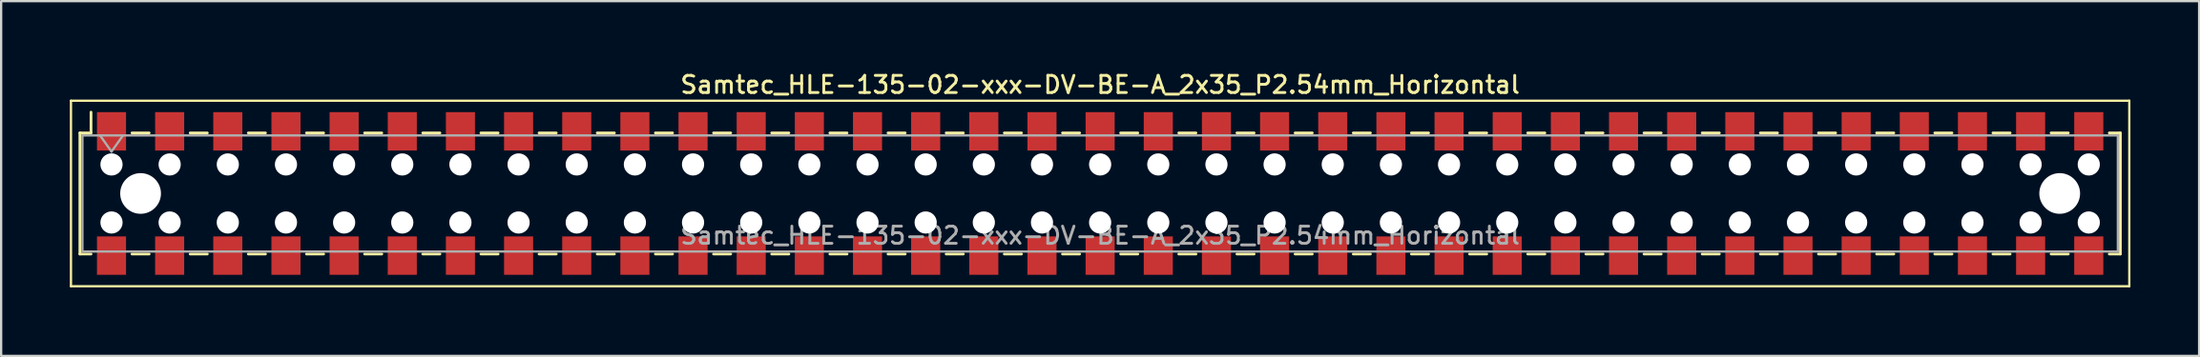
<source format=kicad_pcb>
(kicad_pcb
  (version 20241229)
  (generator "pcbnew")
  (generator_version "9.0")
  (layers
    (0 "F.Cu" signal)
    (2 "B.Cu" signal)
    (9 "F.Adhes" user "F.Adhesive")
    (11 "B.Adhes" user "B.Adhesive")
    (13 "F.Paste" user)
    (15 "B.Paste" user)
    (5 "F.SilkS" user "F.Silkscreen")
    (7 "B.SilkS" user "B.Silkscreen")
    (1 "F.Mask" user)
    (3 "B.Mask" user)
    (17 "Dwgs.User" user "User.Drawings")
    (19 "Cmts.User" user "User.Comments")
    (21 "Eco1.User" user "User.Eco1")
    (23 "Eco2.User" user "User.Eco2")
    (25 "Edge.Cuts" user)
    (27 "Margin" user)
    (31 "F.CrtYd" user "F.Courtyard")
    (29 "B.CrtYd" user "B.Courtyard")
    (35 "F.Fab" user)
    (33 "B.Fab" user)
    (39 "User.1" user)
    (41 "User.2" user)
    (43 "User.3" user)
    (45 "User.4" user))
  (footprint "Samtec_HLE-135-02-xxx-DV-BE-A_2x35_P2.54mm_Horizontal"
    (layer "F.Cu")
    (at 45 5.418)
    (property "Reference" "Samtec_HLE-135-02-xxx-DV-BE-A_2x35_P2.54mm_Horizontal" (at 0 -4.76 0) (layer "F.SilkS") (effects (font (size 0.75 0.75) (thickness 0.125))))
    (attr smd)
    (fp_line (start -44.95 -4.06) (end 44.95 -4.06) (stroke (width 0.1) (type solid)) (layer "F.SilkS"))
    (fp_line (start -44.95 4.06) (end -44.95 -4.06) (stroke (width 0.1) (type solid)) (layer "F.SilkS"))
    (fp_line (start -44.56 -2.65) (end -44.56 2.65) (stroke (width 0.12) (type solid)) (layer "F.SilkS"))
    (fp_line (start -44.56 2.65) (end -44.075 2.65) (stroke (width 0.12) (type solid)) (layer "F.SilkS"))
    (fp_line (start -44.075 -3.56) (end -44.075 -2.65) (stroke (width 0.12) (type solid)) (layer "F.SilkS"))
    (fp_line (start -44.075 -2.65) (end -44.56 -2.65) (stroke (width 0.12) (type solid)) (layer "F.SilkS"))
    (fp_line (start -42.285 -2.65) (end -41.535 -2.65) (stroke (width 0.12) (type solid)) (layer "F.SilkS"))
    (fp_line (start -42.285 2.65) (end -41.535 2.65) (stroke (width 0.12) (type solid)) (layer "F.SilkS"))
    (fp_line (start -39.745 -2.65) (end -38.995 -2.65) (stroke (width 0.12) (type solid)) (layer "F.SilkS"))
    (fp_line (start -39.745 2.65) (end -38.995 2.65) (stroke (width 0.12) (type solid)) (layer "F.SilkS"))
    (fp_line (start -37.205 -2.65) (end -36.455 -2.65) (stroke (width 0.12) (type solid)) (layer "F.SilkS"))
    (fp_line (start -37.205 2.65) (end -36.455 2.65) (stroke (width 0.12) (type solid)) (layer "F.SilkS"))
    (fp_line (start -34.665 -2.65) (end -33.915 -2.65) (stroke (width 0.12) (type solid)) (layer "F.SilkS"))
    (fp_line (start -34.665 2.65) (end -33.915 2.65) (stroke (width 0.12) (type solid)) (layer "F.SilkS"))
    (fp_line (start -32.125 -2.65) (end -31.375 -2.65) (stroke (width 0.12) (type solid)) (layer "F.SilkS"))
    (fp_line (start -32.125 2.65) (end -31.375 2.65) (stroke (width 0.12) (type solid)) (layer "F.SilkS"))
    (fp_line (start -29.585 -2.65) (end -28.835 -2.65) (stroke (width 0.12) (type solid)) (layer "F.SilkS"))
    (fp_line (start -29.585 2.65) (end -28.835 2.65) (stroke (width 0.12) (type solid)) (layer "F.SilkS"))
    (fp_line (start -27.045 -2.65) (end -26.295 -2.65) (stroke (width 0.12) (type solid)) (layer "F.SilkS"))
    (fp_line (start -27.045 2.65) (end -26.295 2.65) (stroke (width 0.12) (type solid)) (layer "F.SilkS"))
    (fp_line (start -24.505 -2.65) (end -23.755 -2.65) (stroke (width 0.12) (type solid)) (layer "F.SilkS"))
    (fp_line (start -24.505 2.65) (end -23.755 2.65) (stroke (width 0.12) (type solid)) (layer "F.SilkS"))
    (fp_line (start -21.965 -2.65) (end -21.215 -2.65) (stroke (width 0.12) (type solid)) (layer "F.SilkS"))
    (fp_line (start -21.965 2.65) (end -21.215 2.65) (stroke (width 0.12) (type solid)) (layer "F.SilkS"))
    (fp_line (start -19.425 -2.65) (end -18.675 -2.65) (stroke (width 0.12) (type solid)) (layer "F.SilkS"))
    (fp_line (start -19.425 2.65) (end -18.675 2.65) (stroke (width 0.12) (type solid)) (layer "F.SilkS"))
    (fp_line (start -16.885 -2.65) (end -16.135 -2.65) (stroke (width 0.12) (type solid)) (layer "F.SilkS"))
    (fp_line (start -16.885 2.65) (end -16.135 2.65) (stroke (width 0.12) (type solid)) (layer "F.SilkS"))
    (fp_line (start -14.345 -2.65) (end -13.595 -2.65) (stroke (width 0.12) (type solid)) (layer "F.SilkS"))
    (fp_line (start -14.345 2.65) (end -13.595 2.65) (stroke (width 0.12) (type solid)) (layer "F.SilkS"))
    (fp_line (start -11.805 -2.65) (end -11.055 -2.65) (stroke (width 0.12) (type solid)) (layer "F.SilkS"))
    (fp_line (start -11.805 2.65) (end -11.055 2.65) (stroke (width 0.12) (type solid)) (layer "F.SilkS"))
    (fp_line (start -9.265 -2.65) (end -8.515 -2.65) (stroke (width 0.12) (type solid)) (layer "F.SilkS"))
    (fp_line (start -9.265 2.65) (end -8.515 2.65) (stroke (width 0.12) (type solid)) (layer "F.SilkS"))
    (fp_line (start -6.725 -2.65) (end -5.975 -2.65) (stroke (width 0.12) (type solid)) (layer "F.SilkS"))
    (fp_line (start -6.725 2.65) (end -5.975 2.65) (stroke (width 0.12) (type solid)) (layer "F.SilkS"))
    (fp_line (start -4.185 -2.65) (end -3.435 -2.65) (stroke (width 0.12) (type solid)) (layer "F.SilkS"))
    (fp_line (start -4.185 2.65) (end -3.435 2.65) (stroke (width 0.12) (type solid)) (layer "F.SilkS"))
    (fp_line (start -1.645 -2.65) (end -0.895 -2.65) (stroke (width 0.12) (type solid)) (layer "F.SilkS"))
    (fp_line (start -1.645 2.65) (end -0.895 2.65) (stroke (width 0.12) (type solid)) (layer "F.SilkS"))
    (fp_line (start 0.895 -2.65) (end 1.645 -2.65) (stroke (width 0.12) (type solid)) (layer "F.SilkS"))
    (fp_line (start 0.895 2.65) (end 1.645 2.65) (stroke (width 0.12) (type solid)) (layer "F.SilkS"))
    (fp_line (start 3.435 -2.65) (end 4.185 -2.65) (stroke (width 0.12) (type solid)) (layer "F.SilkS"))
    (fp_line (start 3.435 2.65) (end 4.185 2.65) (stroke (width 0.12) (type solid)) (layer "F.SilkS"))
    (fp_line (start 5.975 -2.65) (end 6.725 -2.65) (stroke (width 0.12) (type solid)) (layer "F.SilkS"))
    (fp_line (start 5.975 2.65) (end 6.725 2.65) (stroke (width 0.12) (type solid)) (layer "F.SilkS"))
    (fp_line (start 8.515 -2.65) (end 9.265 -2.65) (stroke (width 0.12) (type solid)) (layer "F.SilkS"))
    (fp_line (start 8.515 2.65) (end 9.265 2.65) (stroke (width 0.12) (type solid)) (layer "F.SilkS"))
    (fp_line (start 11.055 -2.65) (end 11.805 -2.65) (stroke (width 0.12) (type solid)) (layer "F.SilkS"))
    (fp_line (start 11.055 2.65) (end 11.805 2.65) (stroke (width 0.12) (type solid)) (layer "F.SilkS"))
    (fp_line (start 13.595 -2.65) (end 14.345 -2.65) (stroke (width 0.12) (type solid)) (layer "F.SilkS"))
    (fp_line (start 13.595 2.65) (end 14.345 2.65) (stroke (width 0.12) (type solid)) (layer "F.SilkS"))
    (fp_line (start 16.135 -2.65) (end 16.885 -2.65) (stroke (width 0.12) (type solid)) (layer "F.SilkS"))
    (fp_line (start 16.135 2.65) (end 16.885 2.65) (stroke (width 0.12) (type solid)) (layer "F.SilkS"))
    (fp_line (start 18.675 -2.65) (end 19.425 -2.65) (stroke (width 0.12) (type solid)) (layer "F.SilkS"))
    (fp_line (start 18.675 2.65) (end 19.425 2.65) (stroke (width 0.12) (type solid)) (layer "F.SilkS"))
    (fp_line (start 21.215 -2.65) (end 21.965 -2.65) (stroke (width 0.12) (type solid)) (layer "F.SilkS"))
    (fp_line (start 21.215 2.65) (end 21.965 2.65) (stroke (width 0.12) (type solid)) (layer "F.SilkS"))
    (fp_line (start 23.755 -2.65) (end 24.505 -2.65) (stroke (width 0.12) (type solid)) (layer "F.SilkS"))
    (fp_line (start 23.755 2.65) (end 24.505 2.65) (stroke (width 0.12) (type solid)) (layer "F.SilkS"))
    (fp_line (start 26.295 -2.65) (end 27.045 -2.65) (stroke (width 0.12) (type solid)) (layer "F.SilkS"))
    (fp_line (start 26.295 2.65) (end 27.045 2.65) (stroke (width 0.12) (type solid)) (layer "F.SilkS"))
    (fp_line (start 28.835 -2.65) (end 29.585 -2.65) (stroke (width 0.12) (type solid)) (layer "F.SilkS"))
    (fp_line (start 28.835 2.65) (end 29.585 2.65) (stroke (width 0.12) (type solid)) (layer "F.SilkS"))
    (fp_line (start 31.375 -2.65) (end 32.125 -2.65) (stroke (width 0.12) (type solid)) (layer "F.SilkS"))
    (fp_line (start 31.375 2.65) (end 32.125 2.65) (stroke (width 0.12) (type solid)) (layer "F.SilkS"))
    (fp_line (start 33.915 -2.65) (end 34.665 -2.65) (stroke (width 0.12) (type solid)) (layer "F.SilkS"))
    (fp_line (start 33.915 2.65) (end 34.665 2.65) (stroke (width 0.12) (type solid)) (layer "F.SilkS"))
    (fp_line (start 36.455 -2.65) (end 37.205 -2.65) (stroke (width 0.12) (type solid)) (layer "F.SilkS"))
    (fp_line (start 36.455 2.65) (end 37.205 2.65) (stroke (width 0.12) (type solid)) (layer "F.SilkS"))
    (fp_line (start 38.995 -2.65) (end 39.745 -2.65) (stroke (width 0.12) (type solid)) (layer "F.SilkS"))
    (fp_line (start 38.995 2.65) (end 39.745 2.65) (stroke (width 0.12) (type solid)) (layer "F.SilkS"))
    (fp_line (start 41.535 -2.65) (end 42.285 -2.65) (stroke (width 0.12) (type solid)) (layer "F.SilkS"))
    (fp_line (start 41.535 2.65) (end 42.285 2.65) (stroke (width 0.12) (type solid)) (layer "F.SilkS"))
    (fp_line (start 44.075 -2.65) (end 44.56 -2.65) (stroke (width 0.12) (type solid)) (layer "F.SilkS"))
    (fp_line (start 44.56 -2.65) (end 44.56 2.65) (stroke (width 0.12) (type solid)) (layer "F.SilkS"))
    (fp_line (start 44.56 2.65) (end 44.075 2.65) (stroke (width 0.12) (type solid)) (layer "F.SilkS"))
    (fp_line (start 44.95 -4.06) (end 44.95 4.06) (stroke (width 0.1) (type solid)) (layer "F.SilkS"))
    (fp_line (start 44.95 4.06) (end -44.95 4.06) (stroke (width 0.1) (type solid)) (layer "F.SilkS"))
    (fp_line (start -44.45 -2.54) (end 44.45 -2.54) (stroke (width 0.1) (type solid)) (layer "F.Fab"))
    (fp_line (start -44.45 2.54) (end -44.45 -2.54) (stroke (width 0.1) (type solid)) (layer "F.Fab"))
    (fp_line (start -43.68 -2.54) (end -43.18 -1.833) (stroke (width 0.1) (type solid)) (layer "F.Fab"))
    (fp_line (start -43.18 -1.833) (end -42.68 -2.54) (stroke (width 0.1) (type solid)) (layer "F.Fab"))
    (fp_line (start 44.45 -2.54) (end 44.45 2.54) (stroke (width 0.1) (type solid)) (layer "F.Fab"))
    (fp_line (start 44.45 2.54) (end -44.45 2.54) (stroke (width 0.1) (type solid)) (layer "F.Fab"))
    (fp_text user "${REFERENCE}" (at 0 1.84 0) (layer "F.Fab") (effects (font (size 0.75 0.75) (thickness 0.125))))
    (pad "" np_thru_hole circle (at -43.18 -1.27) (size 0.97 0.97) (drill 0.97) (layers "*.Cu" "*.Mask"))
    (pad "" np_thru_hole circle (at -43.18 1.27) (size 0.97 0.97) (drill 0.97) (layers "*.Cu" "*.Mask"))
    (pad "" np_thru_hole circle (at -41.91 0) (size 1.78 1.78) (drill 1.78) (layers "*.Cu" "*.Mask"))
    (pad "" np_thru_hole circle (at -40.64 -1.27) (size 0.97 0.97) (drill 0.97) (layers "*.Cu" "*.Mask"))
    (pad "" np_thru_hole circle (at -40.64 1.27) (size 0.97 0.97) (drill 0.97) (layers "*.Cu" "*.Mask"))
    (pad "" np_thru_hole circle (at -38.1 -1.27) (size 0.97 0.97) (drill 0.97) (layers "*.Cu" "*.Mask"))
    (pad "" np_thru_hole circle (at -38.1 1.27) (size 0.97 0.97) (drill 0.97) (layers "*.Cu" "*.Mask"))
    (pad "" np_thru_hole circle (at -35.56 -1.27) (size 0.97 0.97) (drill 0.97) (layers "*.Cu" "*.Mask"))
    (pad "" np_thru_hole circle (at -35.56 1.27) (size 0.97 0.97) (drill 0.97) (layers "*.Cu" "*.Mask"))
    (pad "" np_thru_hole circle (at -33.02 -1.27) (size 0.97 0.97) (drill 0.97) (layers "*.Cu" "*.Mask"))
    (pad "" np_thru_hole circle (at -33.02 1.27) (size 0.97 0.97) (drill 0.97) (layers "*.Cu" "*.Mask"))
    (pad "" np_thru_hole circle (at -30.48 -1.27) (size 0.97 0.97) (drill 0.97) (layers "*.Cu" "*.Mask"))
    (pad "" np_thru_hole circle (at -30.48 1.27) (size 0.97 0.97) (drill 0.97) (layers "*.Cu" "*.Mask"))
    (pad "" np_thru_hole circle (at -27.94 -1.27) (size 0.97 0.97) (drill 0.97) (layers "*.Cu" "*.Mask"))
    (pad "" np_thru_hole circle (at -27.94 1.27) (size 0.97 0.97) (drill 0.97) (layers "*.Cu" "*.Mask"))
    (pad "" np_thru_hole circle (at -25.4 -1.27) (size 0.97 0.97) (drill 0.97) (layers "*.Cu" "*.Mask"))
    (pad "" np_thru_hole circle (at -25.4 1.27) (size 0.97 0.97) (drill 0.97) (layers "*.Cu" "*.Mask"))
    (pad "" np_thru_hole circle (at -22.86 -1.27) (size 0.97 0.97) (drill 0.97) (layers "*.Cu" "*.Mask"))
    (pad "" np_thru_hole circle (at -22.86 1.27) (size 0.97 0.97) (drill 0.97) (layers "*.Cu" "*.Mask"))
    (pad "" np_thru_hole circle (at -20.32 -1.27) (size 0.97 0.97) (drill 0.97) (layers "*.Cu" "*.Mask"))
    (pad "" np_thru_hole circle (at -20.32 1.27) (size 0.97 0.97) (drill 0.97) (layers "*.Cu" "*.Mask"))
    (pad "" np_thru_hole circle (at -17.78 -1.27) (size 0.97 0.97) (drill 0.97) (layers "*.Cu" "*.Mask"))
    (pad "" np_thru_hole circle (at -17.78 1.27) (size 0.97 0.97) (drill 0.97) (layers "*.Cu" "*.Mask"))
    (pad "" np_thru_hole circle (at -15.24 -1.27) (size 0.97 0.97) (drill 0.97) (layers "*.Cu" "*.Mask"))
    (pad "" np_thru_hole circle (at -15.24 1.27) (size 0.97 0.97) (drill 0.97) (layers "*.Cu" "*.Mask"))
    (pad "" np_thru_hole circle (at -12.7 -1.27) (size 0.97 0.97) (drill 0.97) (layers "*.Cu" "*.Mask"))
    (pad "" np_thru_hole circle (at -12.7 1.27) (size 0.97 0.97) (drill 0.97) (layers "*.Cu" "*.Mask"))
    (pad "" np_thru_hole circle (at -10.16 -1.27) (size 0.97 0.97) (drill 0.97) (layers "*.Cu" "*.Mask"))
    (pad "" np_thru_hole circle (at -10.16 1.27) (size 0.97 0.97) (drill 0.97) (layers "*.Cu" "*.Mask"))
    (pad "" np_thru_hole circle (at -7.62 -1.27) (size 0.97 0.97) (drill 0.97) (layers "*.Cu" "*.Mask"))
    (pad "" np_thru_hole circle (at -7.62 1.27) (size 0.97 0.97) (drill 0.97) (layers "*.Cu" "*.Mask"))
    (pad "" np_thru_hole circle (at -5.08 -1.27) (size 0.97 0.97) (drill 0.97) (layers "*.Cu" "*.Mask"))
    (pad "" np_thru_hole circle (at -5.08 1.27) (size 0.97 0.97) (drill 0.97) (layers "*.Cu" "*.Mask"))
    (pad "" np_thru_hole circle (at -2.54 -1.27) (size 0.97 0.97) (drill 0.97) (layers "*.Cu" "*.Mask"))
    (pad "" np_thru_hole circle (at -2.54 1.27) (size 0.97 0.97) (drill 0.97) (layers "*.Cu" "*.Mask"))
    (pad "" np_thru_hole circle (at 0 -1.27) (size 0.97 0.97) (drill 0.97) (layers "*.Cu" "*.Mask"))
    (pad "" np_thru_hole circle (at 0 1.27) (size 0.97 0.97) (drill 0.97) (layers "*.Cu" "*.Mask"))
    (pad "" np_thru_hole circle (at 2.54 -1.27) (size 0.97 0.97) (drill 0.97) (layers "*.Cu" "*.Mask"))
    (pad "" np_thru_hole circle (at 2.54 1.27) (size 0.97 0.97) (drill 0.97) (layers "*.Cu" "*.Mask"))
    (pad "" np_thru_hole circle (at 5.08 -1.27) (size 0.97 0.97) (drill 0.97) (layers "*.Cu" "*.Mask"))
    (pad "" np_thru_hole circle (at 5.08 1.27) (size 0.97 0.97) (drill 0.97) (layers "*.Cu" "*.Mask"))
    (pad "" np_thru_hole circle (at 7.62 -1.27) (size 0.97 0.97) (drill 0.97) (layers "*.Cu" "*.Mask"))
    (pad "" np_thru_hole circle (at 7.62 1.27) (size 0.97 0.97) (drill 0.97) (layers "*.Cu" "*.Mask"))
    (pad "" np_thru_hole circle (at 10.16 -1.27) (size 0.97 0.97) (drill 0.97) (layers "*.Cu" "*.Mask"))
    (pad "" np_thru_hole circle (at 10.16 1.27) (size 0.97 0.97) (drill 0.97) (layers "*.Cu" "*.Mask"))
    (pad "" np_thru_hole circle (at 12.7 -1.27) (size 0.97 0.97) (drill 0.97) (layers "*.Cu" "*.Mask"))
    (pad "" np_thru_hole circle (at 12.7 1.27) (size 0.97 0.97) (drill 0.97) (layers "*.Cu" "*.Mask"))
    (pad "" np_thru_hole circle (at 15.24 -1.27) (size 0.97 0.97) (drill 0.97) (layers "*.Cu" "*.Mask"))
    (pad "" np_thru_hole circle (at 15.24 1.27) (size 0.97 0.97) (drill 0.97) (layers "*.Cu" "*.Mask"))
    (pad "" np_thru_hole circle (at 17.78 -1.27) (size 0.97 0.97) (drill 0.97) (layers "*.Cu" "*.Mask"))
    (pad "" np_thru_hole circle (at 17.78 1.27) (size 0.97 0.97) (drill 0.97) (layers "*.Cu" "*.Mask"))
    (pad "" np_thru_hole circle (at 20.32 -1.27) (size 0.97 0.97) (drill 0.97) (layers "*.Cu" "*.Mask"))
    (pad "" np_thru_hole circle (at 20.32 1.27) (size 0.97 0.97) (drill 0.97) (layers "*.Cu" "*.Mask"))
    (pad "" np_thru_hole circle (at 22.86 -1.27) (size 0.97 0.97) (drill 0.97) (layers "*.Cu" "*.Mask"))
    (pad "" np_thru_hole circle (at 22.86 1.27) (size 0.97 0.97) (drill 0.97) (layers "*.Cu" "*.Mask"))
    (pad "" np_thru_hole circle (at 25.4 -1.27) (size 0.97 0.97) (drill 0.97) (layers "*.Cu" "*.Mask"))
    (pad "" np_thru_hole circle (at 25.4 1.27) (size 0.97 0.97) (drill 0.97) (layers "*.Cu" "*.Mask"))
    (pad "" np_thru_hole circle (at 27.94 -1.27) (size 0.97 0.97) (drill 0.97) (layers "*.Cu" "*.Mask"))
    (pad "" np_thru_hole circle (at 27.94 1.27) (size 0.97 0.97) (drill 0.97) (layers "*.Cu" "*.Mask"))
    (pad "" np_thru_hole circle (at 30.48 -1.27) (size 0.97 0.97) (drill 0.97) (layers "*.Cu" "*.Mask"))
    (pad "" np_thru_hole circle (at 30.48 1.27) (size 0.97 0.97) (drill 0.97) (layers "*.Cu" "*.Mask"))
    (pad "" np_thru_hole circle (at 33.02 -1.27) (size 0.97 0.97) (drill 0.97) (layers "*.Cu" "*.Mask"))
    (pad "" np_thru_hole circle (at 33.02 1.27) (size 0.97 0.97) (drill 0.97) (layers "*.Cu" "*.Mask"))
    (pad "" np_thru_hole circle (at 35.56 -1.27) (size 0.97 0.97) (drill 0.97) (layers "*.Cu" "*.Mask"))
    (pad "" np_thru_hole circle (at 35.56 1.27) (size 0.97 0.97) (drill 0.97) (layers "*.Cu" "*.Mask"))
    (pad "" np_thru_hole circle (at 38.1 -1.27) (size 0.97 0.97) (drill 0.97) (layers "*.Cu" "*.Mask"))
    (pad "" np_thru_hole circle (at 38.1 1.27) (size 0.97 0.97) (drill 0.97) (layers "*.Cu" "*.Mask"))
    (pad "" np_thru_hole circle (at 40.64 -1.27) (size 0.97 0.97) (drill 0.97) (layers "*.Cu" "*.Mask"))
    (pad "" np_thru_hole circle (at 40.64 1.27) (size 0.97 0.97) (drill 0.97) (layers "*.Cu" "*.Mask"))
    (pad "" np_thru_hole circle (at 41.91 0) (size 1.78 1.78) (drill 1.78) (layers "*.Cu" "*.Mask"))
    (pad "" np_thru_hole circle (at 43.18 -1.27) (size 0.97 0.97) (drill 0.97) (layers "*.Cu" "*.Mask"))
    (pad "" np_thru_hole circle (at 43.18 1.27) (size 0.97 0.97) (drill 0.97) (layers "*.Cu" "*.Mask"))
    (pad "1" smd rect (at -43.18 -2.72) (size 1.27 1.68) (layers "F.Cu" "F.Mask" "F.Paste"))
    (pad "2" smd rect (at -43.18 2.72) (size 1.27 1.68) (layers "F.Cu" "F.Mask" "F.Paste"))
    (pad "3" smd rect (at -40.64 -2.72) (size 1.27 1.68) (layers "F.Cu" "F.Mask" "F.Paste"))
    (pad "4" smd rect (at -40.64 2.72) (size 1.27 1.68) (layers "F.Cu" "F.Mask" "F.Paste"))
    (pad "5" smd rect (at -38.1 -2.72) (size 1.27 1.68) (layers "F.Cu" "F.Mask" "F.Paste"))
    (pad "6" smd rect (at -38.1 2.72) (size 1.27 1.68) (layers "F.Cu" "F.Mask" "F.Paste"))
    (pad "7" smd rect (at -35.56 -2.72) (size 1.27 1.68) (layers "F.Cu" "F.Mask" "F.Paste"))
    (pad "8" smd rect (at -35.56 2.72) (size 1.27 1.68) (layers "F.Cu" "F.Mask" "F.Paste"))
    (pad "9" smd rect (at -33.02 -2.72) (size 1.27 1.68) (layers "F.Cu" "F.Mask" "F.Paste"))
    (pad "10" smd rect (at -33.02 2.72) (size 1.27 1.68) (layers "F.Cu" "F.Mask" "F.Paste"))
    (pad "11" smd rect (at -30.48 -2.72) (size 1.27 1.68) (layers "F.Cu" "F.Mask" "F.Paste"))
    (pad "12" smd rect (at -30.48 2.72) (size 1.27 1.68) (layers "F.Cu" "F.Mask" "F.Paste"))
    (pad "13" smd rect (at -27.94 -2.72) (size 1.27 1.68) (layers "F.Cu" "F.Mask" "F.Paste"))
    (pad "14" smd rect (at -27.94 2.72) (size 1.27 1.68) (layers "F.Cu" "F.Mask" "F.Paste"))
    (pad "15" smd rect (at -25.4 -2.72) (size 1.27 1.68) (layers "F.Cu" "F.Mask" "F.Paste"))
    (pad "16" smd rect (at -25.4 2.72) (size 1.27 1.68) (layers "F.Cu" "F.Mask" "F.Paste"))
    (pad "17" smd rect (at -22.86 -2.72) (size 1.27 1.68) (layers "F.Cu" "F.Mask" "F.Paste"))
    (pad "18" smd rect (at -22.86 2.72) (size 1.27 1.68) (layers "F.Cu" "F.Mask" "F.Paste"))
    (pad "19" smd rect (at -20.32 -2.72) (size 1.27 1.68) (layers "F.Cu" "F.Mask" "F.Paste"))
    (pad "20" smd rect (at -20.32 2.72) (size 1.27 1.68) (layers "F.Cu" "F.Mask" "F.Paste"))
    (pad "21" smd rect (at -17.78 -2.72) (size 1.27 1.68) (layers "F.Cu" "F.Mask" "F.Paste"))
    (pad "22" smd rect (at -17.78 2.72) (size 1.27 1.68) (layers "F.Cu" "F.Mask" "F.Paste"))
    (pad "23" smd rect (at -15.24 -2.72) (size 1.27 1.68) (layers "F.Cu" "F.Mask" "F.Paste"))
    (pad "24" smd rect (at -15.24 2.72) (size 1.27 1.68) (layers "F.Cu" "F.Mask" "F.Paste"))
    (pad "25" smd rect (at -12.7 -2.72) (size 1.27 1.68) (layers "F.Cu" "F.Mask" "F.Paste"))
    (pad "26" smd rect (at -12.7 2.72) (size 1.27 1.68) (layers "F.Cu" "F.Mask" "F.Paste"))
    (pad "27" smd rect (at -10.16 -2.72) (size 1.27 1.68) (layers "F.Cu" "F.Mask" "F.Paste"))
    (pad "28" smd rect (at -10.16 2.72) (size 1.27 1.68) (layers "F.Cu" "F.Mask" "F.Paste"))
    (pad "29" smd rect (at -7.62 -2.72) (size 1.27 1.68) (layers "F.Cu" "F.Mask" "F.Paste"))
    (pad "30" smd rect (at -7.62 2.72) (size 1.27 1.68) (layers "F.Cu" "F.Mask" "F.Paste"))
    (pad "31" smd rect (at -5.08 -2.72) (size 1.27 1.68) (layers "F.Cu" "F.Mask" "F.Paste"))
    (pad "32" smd rect (at -5.08 2.72) (size 1.27 1.68) (layers "F.Cu" "F.Mask" "F.Paste"))
    (pad "33" smd rect (at -2.54 -2.72) (size 1.27 1.68) (layers "F.Cu" "F.Mask" "F.Paste"))
    (pad "34" smd rect (at -2.54 2.72) (size 1.27 1.68) (layers "F.Cu" "F.Mask" "F.Paste"))
    (pad "35" smd rect (at 0 -2.72) (size 1.27 1.68) (layers "F.Cu" "F.Mask" "F.Paste"))
    (pad "36" smd rect (at 0 2.72) (size 1.27 1.68) (layers "F.Cu" "F.Mask" "F.Paste"))
    (pad "37" smd rect (at 2.54 -2.72) (size 1.27 1.68) (layers "F.Cu" "F.Mask" "F.Paste"))
    (pad "38" smd rect (at 2.54 2.72) (size 1.27 1.68) (layers "F.Cu" "F.Mask" "F.Paste"))
    (pad "39" smd rect (at 5.08 -2.72) (size 1.27 1.68) (layers "F.Cu" "F.Mask" "F.Paste"))
    (pad "40" smd rect (at 5.08 2.72) (size 1.27 1.68) (layers "F.Cu" "F.Mask" "F.Paste"))
    (pad "41" smd rect (at 7.62 -2.72) (size 1.27 1.68) (layers "F.Cu" "F.Mask" "F.Paste"))
    (pad "42" smd rect (at 7.62 2.72) (size 1.27 1.68) (layers "F.Cu" "F.Mask" "F.Paste"))
    (pad "43" smd rect (at 10.16 -2.72) (size 1.27 1.68) (layers "F.Cu" "F.Mask" "F.Paste"))
    (pad "44" smd rect (at 10.16 2.72) (size 1.27 1.68) (layers "F.Cu" "F.Mask" "F.Paste"))
    (pad "45" smd rect (at 12.7 -2.72) (size 1.27 1.68) (layers "F.Cu" "F.Mask" "F.Paste"))
    (pad "46" smd rect (at 12.7 2.72) (size 1.27 1.68) (layers "F.Cu" "F.Mask" "F.Paste"))
    (pad "47" smd rect (at 15.24 -2.72) (size 1.27 1.68) (layers "F.Cu" "F.Mask" "F.Paste"))
    (pad "48" smd rect (at 15.24 2.72) (size 1.27 1.68) (layers "F.Cu" "F.Mask" "F.Paste"))
    (pad "49" smd rect (at 17.78 -2.72) (size 1.27 1.68) (layers "F.Cu" "F.Mask" "F.Paste"))
    (pad "50" smd rect (at 17.78 2.72) (size 1.27 1.68) (layers "F.Cu" "F.Mask" "F.Paste"))
    (pad "51" smd rect (at 20.32 -2.72) (size 1.27 1.68) (layers "F.Cu" "F.Mask" "F.Paste"))
    (pad "52" smd rect (at 20.32 2.72) (size 1.27 1.68) (layers "F.Cu" "F.Mask" "F.Paste"))
    (pad "53" smd rect (at 22.86 -2.72) (size 1.27 1.68) (layers "F.Cu" "F.Mask" "F.Paste"))
    (pad "54" smd rect (at 22.86 2.72) (size 1.27 1.68) (layers "F.Cu" "F.Mask" "F.Paste"))
    (pad "55" smd rect (at 25.4 -2.72) (size 1.27 1.68) (layers "F.Cu" "F.Mask" "F.Paste"))
    (pad "56" smd rect (at 25.4 2.72) (size 1.27 1.68) (layers "F.Cu" "F.Mask" "F.Paste"))
    (pad "57" smd rect (at 27.94 -2.72) (size 1.27 1.68) (layers "F.Cu" "F.Mask" "F.Paste"))
    (pad "58" smd rect (at 27.94 2.72) (size 1.27 1.68) (layers "F.Cu" "F.Mask" "F.Paste"))
    (pad "59" smd rect (at 30.48 -2.72) (size 1.27 1.68) (layers "F.Cu" "F.Mask" "F.Paste"))
    (pad "60" smd rect (at 30.48 2.72) (size 1.27 1.68) (layers "F.Cu" "F.Mask" "F.Paste"))
    (pad "61" smd rect (at 33.02 -2.72) (size 1.27 1.68) (layers "F.Cu" "F.Mask" "F.Paste"))
    (pad "62" smd rect (at 33.02 2.72) (size 1.27 1.68) (layers "F.Cu" "F.Mask" "F.Paste"))
    (pad "63" smd rect (at 35.56 -2.72) (size 1.27 1.68) (layers "F.Cu" "F.Mask" "F.Paste"))
    (pad "64" smd rect (at 35.56 2.72) (size 1.27 1.68) (layers "F.Cu" "F.Mask" "F.Paste"))
    (pad "65" smd rect (at 38.1 -2.72) (size 1.27 1.68) (layers "F.Cu" "F.Mask" "F.Paste"))
    (pad "66" smd rect (at 38.1 2.72) (size 1.27 1.68) (layers "F.Cu" "F.Mask" "F.Paste"))
    (pad "67" smd rect (at 40.64 -2.72) (size 1.27 1.68) (layers "F.Cu" "F.Mask" "F.Paste"))
    (pad "68" smd rect (at 40.64 2.72) (size 1.27 1.68) (layers "F.Cu" "F.Mask" "F.Paste"))
    (pad "69" smd rect (at 43.18 -2.72) (size 1.27 1.68) (layers "F.Cu" "F.Mask" "F.Paste"))
    (pad "70" smd rect (at 43.18 2.72) (size 1.27 1.68) (layers "F.Cu" "F.Mask" "F.Paste")))
  (gr_rect
    (start -3 -3)
    (end 93 12.528)
    (stroke (width 0.1) (type default))
    (fill no)
    (layer "Edge.Cuts")))
</source>
